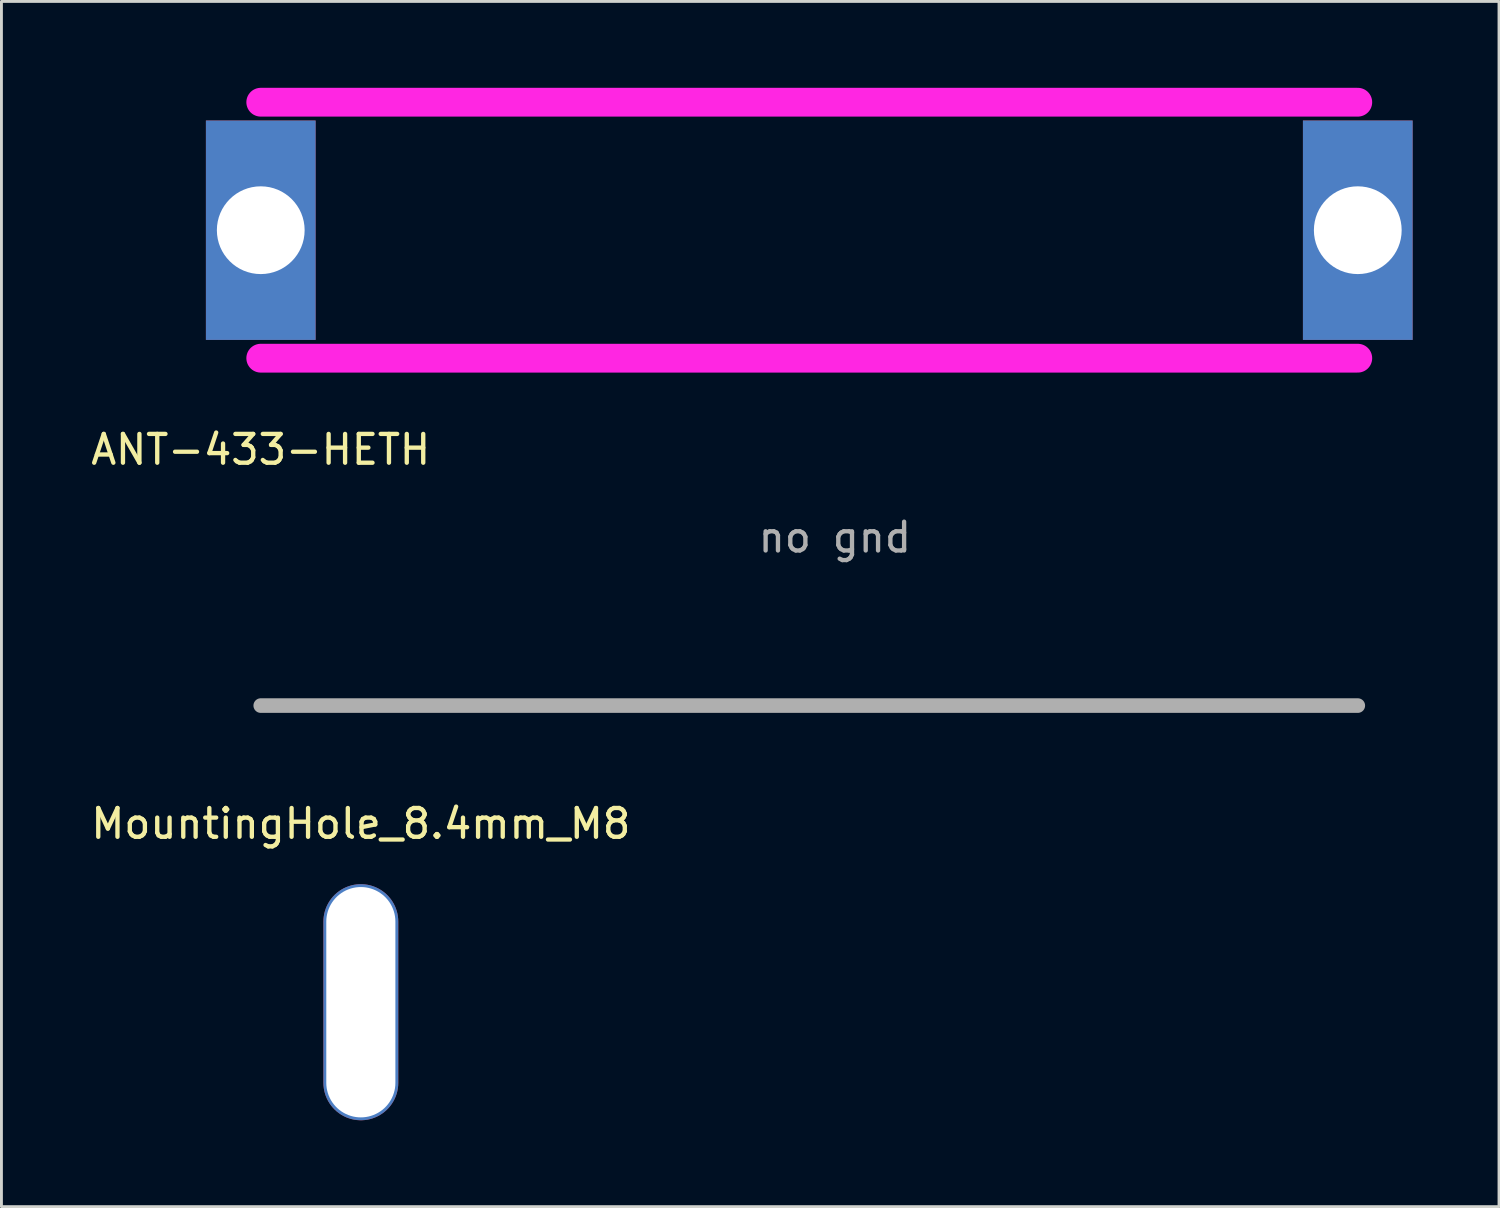
<source format=kicad_pcb>
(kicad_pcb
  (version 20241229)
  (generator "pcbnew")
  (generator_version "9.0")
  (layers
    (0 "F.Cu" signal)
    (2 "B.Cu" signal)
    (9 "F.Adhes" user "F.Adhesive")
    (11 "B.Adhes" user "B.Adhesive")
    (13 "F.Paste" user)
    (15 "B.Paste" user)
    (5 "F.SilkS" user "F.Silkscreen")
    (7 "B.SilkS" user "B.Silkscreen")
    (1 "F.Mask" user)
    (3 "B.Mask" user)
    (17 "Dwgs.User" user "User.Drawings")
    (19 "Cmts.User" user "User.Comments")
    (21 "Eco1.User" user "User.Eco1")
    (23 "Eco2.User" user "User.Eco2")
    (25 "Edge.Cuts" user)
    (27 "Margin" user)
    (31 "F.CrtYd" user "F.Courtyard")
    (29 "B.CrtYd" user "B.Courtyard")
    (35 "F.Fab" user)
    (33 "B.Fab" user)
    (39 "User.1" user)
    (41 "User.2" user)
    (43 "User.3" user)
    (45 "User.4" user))
  (footprint "ANT-433-HETH"
    (layer "F.Cu")
    (at 6.006 4.945)
    (property "Reference" "ANT-433-HETH" (at 0 7.62 0) (layer "F.SilkS") (effects (font (size 1 1) (thickness 0.15))))
    (attr through_hole)
    (fp_line (start 0 4.445) (end 38.1 4.445) (stroke (width 1) (type solid)) (layer "F.CrtYd"))
    (fp_line (start 38.1 -4.445) (end 0 -4.445) (stroke (width 1) (type solid)) (layer "F.CrtYd"))
    (fp_line (start 0 16.51) (end 38.1 16.51) (stroke (width 0.508) (type solid)) (layer "F.Fab"))
    (fp_text user "no gnd" (at 19.939 10.668 0) (layer "F.Fab") (effects (font (size 1 1) (thickness 0.15))))
    (pad "1" thru_hole rect (at 0 0) (size 3.81 7.62) (drill 3.048) (layers "*.Cu" "*.Mask"))
    (pad "2" thru_hole rect (at 38.1 0) (size 3.81 7.62) (drill 3.048) (layers "*.Cu" "*.Mask")))
  (footprint "MountingHole_8.4mm_M8"
    (layer "F.Cu")
    (at 9.482 31.757)
    (property "Reference" "MountingHole_8.4mm_M8" (at 0 -6.2 0) (layer "F.SilkS") (effects (font (size 1 1) (thickness 0.15))))
    (attr through_hole)
    (pad "" np_thru_hole oval (at 0 0) (size 2.6 8.2) (drill oval 2.4 8) (layers "*.Cu" "*.Mask")))
  (gr_rect
    (start -3 -3)
    (end 49.011 38.857)
    (stroke (width 0.1) (type default))
    (fill no)
    (layer "Edge.Cuts")))
</source>
